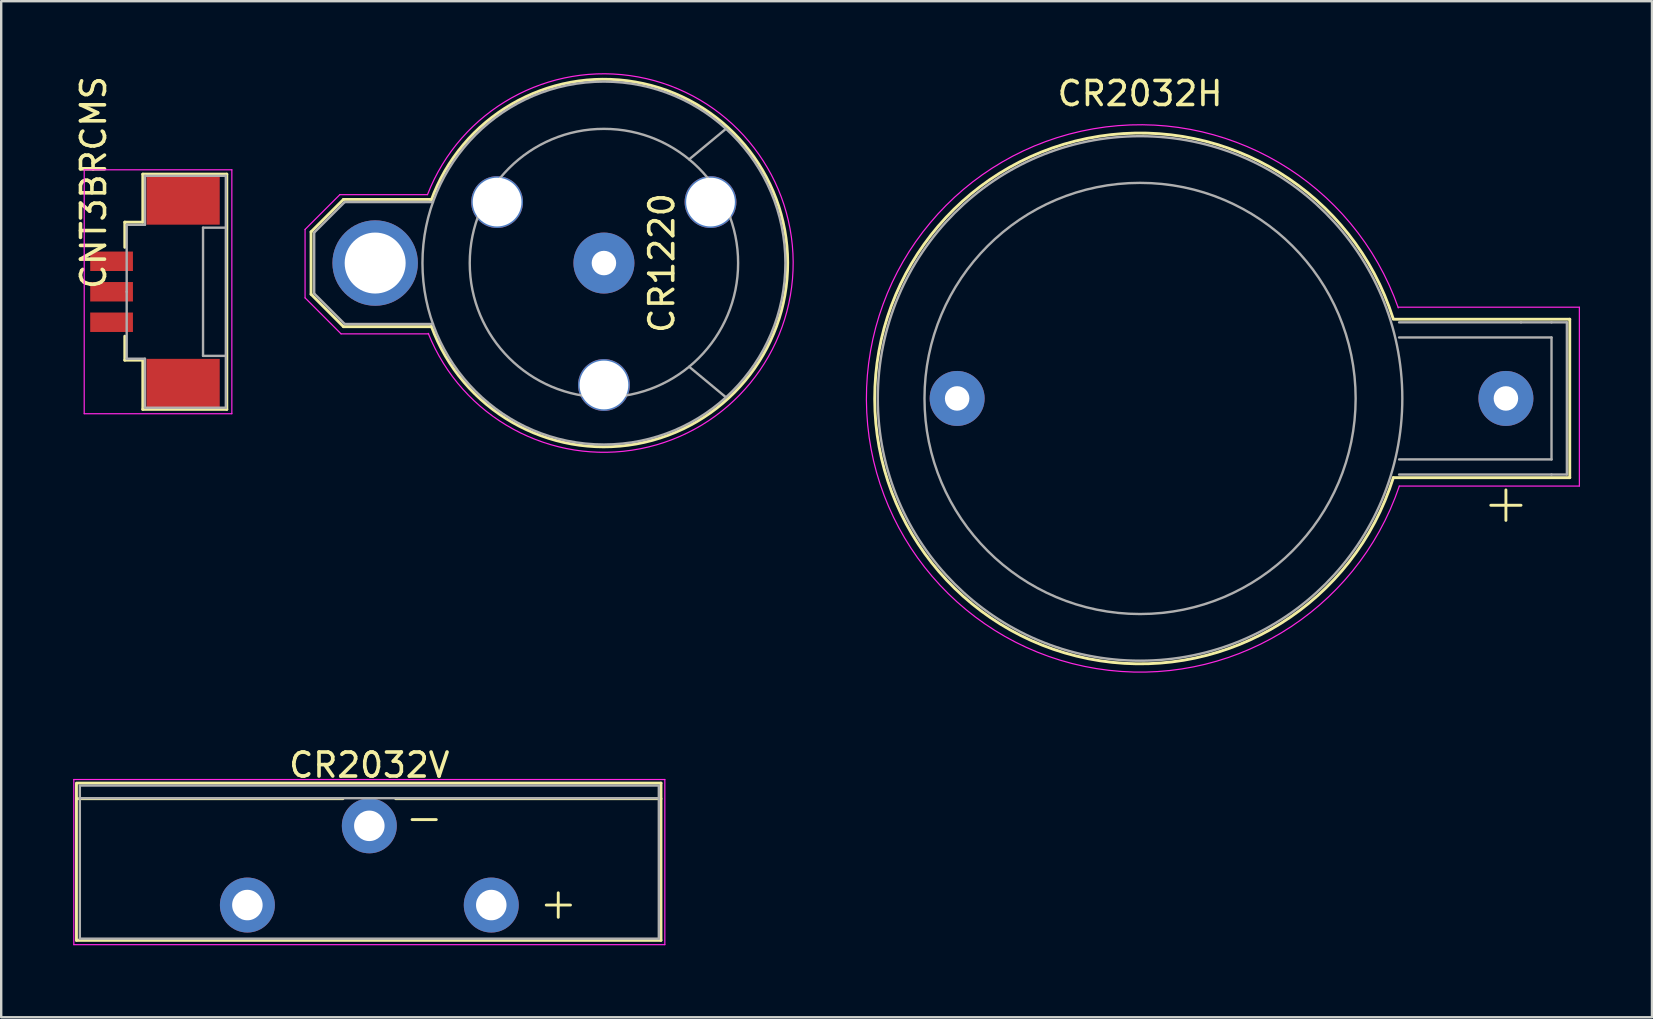
<source format=kicad_pcb>
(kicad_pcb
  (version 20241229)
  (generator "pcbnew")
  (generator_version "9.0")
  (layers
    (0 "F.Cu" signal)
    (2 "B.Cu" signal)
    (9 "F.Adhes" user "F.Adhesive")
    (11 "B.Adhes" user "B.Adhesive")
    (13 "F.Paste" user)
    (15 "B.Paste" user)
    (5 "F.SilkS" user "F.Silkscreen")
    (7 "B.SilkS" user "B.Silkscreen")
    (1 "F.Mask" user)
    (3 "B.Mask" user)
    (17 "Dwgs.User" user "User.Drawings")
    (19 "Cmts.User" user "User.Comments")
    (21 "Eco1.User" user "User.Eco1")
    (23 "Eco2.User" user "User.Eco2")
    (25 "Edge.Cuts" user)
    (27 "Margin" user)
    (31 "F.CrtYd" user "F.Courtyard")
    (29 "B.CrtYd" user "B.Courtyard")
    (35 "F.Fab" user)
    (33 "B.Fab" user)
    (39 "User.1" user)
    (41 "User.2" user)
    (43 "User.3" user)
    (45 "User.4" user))
  (footprint "CR2032V"
    (layer "F.Cu")
    (at 7.255 34.652)
    (property "Reference" "CR2032V" (at 5.08 -5.83 0) (layer "F.SilkS") (effects (font (size 1 1) (thickness 0.15))))
    (attr through_hole)
    (fp_line (start -7.12 -4.43) (end 3.98 -4.43) (stroke (width 0.12) (type solid)) (layer "F.SilkS"))
    (fp_line (start -7.12 1.47) (end -7.12 -5.08) (stroke (width 0.12) (type solid)) (layer "F.SilkS"))
    (fp_line (start -7.07 -5.08) (end 17.23 -5.08) (stroke (width 0.12) (type solid)) (layer "F.SilkS"))
    (fp_line (start 6.18 -4.43) (end 17.23 -4.43) (stroke (width 0.12) (type solid)) (layer "F.SilkS"))
    (fp_line (start 6.86 -3.56) (end 7.87 -3.56) (stroke (width 0.12) (type solid)) (layer "F.SilkS"))
    (fp_line (start 12.45 0) (end 13.46 0) (stroke (width 0.12) (type solid)) (layer "F.SilkS"))
    (fp_line (start 12.95 0.51) (end 12.95 -0.51) (stroke (width 0.12) (type solid)) (layer "F.SilkS"))
    (fp_line (start 17.23 -5.08) (end 17.23 1.47) (stroke (width 0.12) (type solid)) (layer "F.SilkS"))
    (fp_line (start 17.23 1.47) (end -7.12 1.47) (stroke (width 0.12) (type solid)) (layer "F.SilkS"))
    (fp_line (start -7.23 -5.23) (end -7.23 1.65) (stroke (width 0.05) (type solid)) (layer "F.CrtYd"))
    (fp_line (start -7.23 -5.23) (end 17.39 -5.23) (stroke (width 0.05) (type solid)) (layer "F.CrtYd"))
    (fp_line (start 17.39 1.65) (end -7.23 1.65) (stroke (width 0.05) (type solid)) (layer "F.CrtYd"))
    (fp_line (start 17.39 1.65) (end 17.39 -5.23) (stroke (width 0.05) (type solid)) (layer "F.CrtYd"))
    (fp_line (start -6.98 -4.98) (end 17.14 -4.98) (stroke (width 0.1) (type solid)) (layer "F.Fab"))
    (fp_line (start -6.98 -4.95) (end -6.98 1.4) (stroke (width 0.1) (type solid)) (layer "F.Fab"))
    (fp_line (start -6.98 1.4) (end 17.14 1.4) (stroke (width 0.1) (type solid)) (layer "F.Fab"))
    (fp_line (start 17.14 -4.45) (end -6.98 -4.45) (stroke (width 0.1) (type solid)) (layer "F.Fab"))
    (fp_line (start 17.14 1.4) (end 17.14 -4.95) (stroke (width 0.1) (type solid)) (layer "F.Fab"))
    (pad "1" thru_hole circle (at 0 0) (size 2.29 2.29) (drill 1.27) (layers "*.Cu" "*.Mask"))
    (pad "1" thru_hole circle (at 10.16 0) (size 2.29 2.29) (drill 1.27) (layers "*.Cu" "*.Mask"))
    (pad "2" thru_hole circle (at 5.08 -3.3) (size 2.29 2.29) (drill 1.27) (layers "*.Cu" "*.Mask")))
  (footprint "CR2032H"
    (layer "F.Cu")
    (at 59.682 13.548)
    (property "Reference" "CR2032H" (at -15.24 -12.7 0) (layer "F.SilkS") (effects (font (size 1 1) (thickness 0.15))))
    (attr through_hole)
    (fp_line (start -4.69 -3.3) (end 2.66 -3.3) (stroke (width 0.12) (type solid)) (layer "F.SilkS"))
    (fp_line (start -0.63 4.45) (end 0.63 4.45) (stroke (width 0.12) (type solid)) (layer "F.SilkS"))
    (fp_line (start 0 3.81) (end 0 5.08) (stroke (width 0.12) (type solid)) (layer "F.SilkS"))
    (fp_line (start 2.66 -3.3) (end 2.66 3.3) (stroke (width 0.12) (type solid)) (layer "F.SilkS"))
    (fp_line (start 2.66 3.3) (end -4.69 3.3) (stroke (width 0.12) (type solid)) (layer "F.SilkS"))
    (fp_arc (start -4.69 3.3) (mid -26.294043 0.02518) (end -4.705144 -3.34803) (stroke (width 0.12) (type solid)) (layer "F.SilkS"))
    (fp_line (start -4.49 -3.8) (end 3.06 -3.8) (stroke (width 0.05) (type solid)) (layer "F.CrtYd"))
    (fp_line (start 3.06 -3.8) (end 3.06 3.65) (stroke (width 0.05) (type solid)) (layer "F.CrtYd"))
    (fp_line (start 3.06 3.65) (end -4.44 3.65) (stroke (width 0.05) (type solid)) (layer "F.CrtYd"))
    (fp_arc (start -4.44 3.65) (mid -26.639924 0.064993) (end -4.482319 -3.772905) (stroke (width 0.05) (type solid)) (layer "F.CrtYd"))
    (fp_line (start -4.45 -3.17) (end 0.63 -3.17) (stroke (width 0.1) (type solid)) (layer "F.Fab"))
    (fp_line (start -4.45 -2.54) (end 1.9 -2.54) (stroke (width 0.1) (type solid)) (layer "F.Fab"))
    (fp_line (start 0.63 -3.17) (end 1.9 -3.17) (stroke (width 0.1) (type solid)) (layer "F.Fab"))
    (fp_line (start 1.9 -3.17) (end 2.54 -3.17) (stroke (width 0.1) (type solid)) (layer "F.Fab"))
    (fp_line (start 1.9 -2.54) (end 1.9 2.54) (stroke (width 0.1) (type solid)) (layer "F.Fab"))
    (fp_line (start 1.9 2.54) (end -4.45 2.54) (stroke (width 0.1) (type solid)) (layer "F.Fab"))
    (fp_line (start 1.9 3.17) (end -4.45 3.17) (stroke (width 0.1) (type solid)) (layer "F.Fab"))
    (fp_line (start 2.54 -3.17) (end 2.54 3.17) (stroke (width 0.1) (type solid)) (layer "F.Fab"))
    (fp_line (start 2.54 3.17) (end 1.9 3.17) (stroke (width 0.1) (type solid)) (layer "F.Fab"))
    (fp_circle (center -15.24 0) (end -16.51 -8.89) (stroke (width 0.1) (type solid)) (fill no) (layer "F.Fab"))
    (fp_circle (center -15.24 0) (end -8.89 8.89) (stroke (width 0.1) (type solid)) (fill no) (layer "F.Fab"))
    (pad "1" thru_hole circle (at 0 0) (size 2.29 2.29) (drill 1.02) (layers "*.Cu" "*.Mask"))
    (pad "2" thru_hole circle (at -22.86 0) (size 2.29 2.29) (drill 1.02) (layers "*.Cu" "*.Mask")))
  (footprint "CNT3BRCMS"
    (layer "F.Cu")
    (at 3.088 9.104)
    (property "Reference" "CNT3BRCMS" (at -2.24 -4.55 90) (layer "F.SilkS") (effects (font (size 1 1) (thickness 0.15))))
    (attr smd)
    (fp_line (start -0.94 -2.9) (end -0.19 -2.9) (stroke (width 0.12) (type solid)) (layer "F.SilkS"))
    (fp_line (start -0.94 -1.85) (end -0.94 -2.9) (stroke (width 0.12) (type solid)) (layer "F.SilkS"))
    (fp_line (start -0.94 2.85) (end -0.94 1.85) (stroke (width 0.12) (type solid)) (layer "F.SilkS"))
    (fp_line (start -0.19 -4.9) (end 3.31 -4.9) (stroke (width 0.12) (type solid)) (layer "F.SilkS"))
    (fp_line (start -0.19 -2.9) (end -0.19 -4.9) (stroke (width 0.12) (type solid)) (layer "F.SilkS"))
    (fp_line (start -0.19 2.85) (end -0.94 2.85) (stroke (width 0.12) (type solid)) (layer "F.SilkS"))
    (fp_line (start -0.19 4.9) (end -0.19 2.85) (stroke (width 0.12) (type solid)) (layer "F.SilkS"))
    (fp_line (start 3.31 -4.9) (end 3.31 4.9) (stroke (width 0.12) (type solid)) (layer "F.SilkS"))
    (fp_line (start 3.31 4.9) (end -0.19 4.9) (stroke (width 0.12) (type solid)) (layer "F.SilkS"))
    (fp_line (start -2.63 -5.08) (end -2.63 5.08) (stroke (width 0.05) (type solid)) (layer "F.CrtYd"))
    (fp_line (start -2.63 -5.08) (end 3.52 -5.08) (stroke (width 0.05) (type solid)) (layer "F.CrtYd"))
    (fp_line (start 3.52 5.08) (end -2.63 5.08) (stroke (width 0.05) (type solid)) (layer "F.CrtYd"))
    (fp_line (start 3.52 5.08) (end 3.52 -5.08) (stroke (width 0.05) (type solid)) (layer "F.CrtYd"))
    (fp_line (start -0.86 -2.79) (end -0.1 -2.79) (stroke (width 0.1) (type solid)) (layer "F.Fab"))
    (fp_line (start -0.86 0) (end -0.86 -2.79) (stroke (width 0.1) (type solid)) (layer "F.Fab"))
    (fp_line (start -0.86 2.79) (end -0.86 0) (stroke (width 0.1) (type solid)) (layer "F.Fab"))
    (fp_line (start -0.1 -4.83) (end 3.27 -4.83) (stroke (width 0.1) (type solid)) (layer "F.Fab"))
    (fp_line (start -0.1 -2.79) (end -0.1 -4.83) (stroke (width 0.1) (type solid)) (layer "F.Fab"))
    (fp_line (start -0.1 2.79) (end -0.86 2.79) (stroke (width 0.1) (type solid)) (layer "F.Fab"))
    (fp_line (start -0.1 4.83) (end -0.1 2.79) (stroke (width 0.1) (type solid)) (layer "F.Fab"))
    (fp_line (start 2.32 -2.67) (end 2.32 2.67) (stroke (width 0.1) (type solid)) (layer "F.Fab"))
    (fp_line (start 2.32 2.67) (end 3.27 2.67) (stroke (width 0.1) (type solid)) (layer "F.Fab"))
    (fp_line (start 3.27 -4.83) (end 3.27 4.83) (stroke (width 0.1) (type solid)) (layer "F.Fab"))
    (fp_line (start 3.27 -2.67) (end 2.32 -2.67) (stroke (width 0.1) (type solid)) (layer "F.Fab"))
    (fp_line (start 3.27 4.83) (end -0.1 4.83) (stroke (width 0.1) (type solid)) (layer "F.Fab"))
    (pad "" smd rect (at 1.49 -3.81) (size 3.05 2.03) (layers "F.Cu" "F.Mask" "F.Paste"))
    (pad "" smd rect (at 1.49 3.81) (size 3.05 2.03) (layers "F.Cu" "F.Mask" "F.Paste"))
    (pad "1" smd rect (at -1.49 -1.27) (size 1.78 0.81) (layers "F.Cu" "F.Mask" "F.Paste"))
    (pad "2" smd rect (at -1.49 0) (size 1.78 0.81) (layers "F.Cu" "F.Mask" "F.Paste"))
    (pad "3" smd rect (at -1.49 1.27) (size 1.78 0.81) (layers "F.Cu" "F.Mask" "F.Paste")))
  (footprint "CR1220"
    (layer "F.Cu")
    (at 12.578 7.908)
    (property "Reference" "CR1220" (at 11.94 0 90) (layer "F.SilkS") (effects (font (size 1 1) (thickness 0.15))))
    (attr through_hole)
    (fp_line (start -2.67 -1.3) (end -1.32 -2.65) (stroke (width 0.12) (type solid)) (layer "F.SilkS"))
    (fp_line (start -2.67 1.3) (end -2.67 -1.3) (stroke (width 0.12) (type solid)) (layer "F.SilkS"))
    (fp_line (start -1.32 -2.65) (end 2.33 -2.65) (stroke (width 0.12) (type solid)) (layer "F.SilkS"))
    (fp_line (start -1.32 2.65) (end -2.67 1.3) (stroke (width 0.12) (type solid)) (layer "F.SilkS"))
    (fp_line (start 2.33 2.65) (end -1.32 2.65) (stroke (width 0.12) (type solid)) (layer "F.SilkS"))
    (fp_arc (start 2.33 -2.6) (mid 17.185039 -0.019344) (end 2.343232 2.636355) (stroke (width 0.12) (type solid)) (layer "F.SilkS"))
    (fp_line (start -2.92 -1.4) (end -1.47 -2.85) (stroke (width 0.05) (type solid)) (layer "F.CrtYd"))
    (fp_line (start -2.92 1.45) (end -2.92 -1.4) (stroke (width 0.05) (type solid)) (layer "F.CrtYd"))
    (fp_line (start -1.47 -2.85) (end 2.18 -2.85) (stroke (width 0.05) (type solid)) (layer "F.CrtYd"))
    (fp_line (start -1.42 2.95) (end -2.92 1.45) (stroke (width 0.05) (type solid)) (layer "F.CrtYd"))
    (fp_line (start 2.23 2.95) (end -1.42 2.95) (stroke (width 0.05) (type solid)) (layer "F.CrtYd"))
    (fp_arc (start 2.18 -2.85) (mid 17.413098 -0.042094) (end 2.210855 2.92833) (stroke (width 0.05) (type solid)) (layer "F.CrtYd"))
    (fp_line (start -2.54 -1.27) (end -1.27 -2.54) (stroke (width 0.1) (type solid)) (layer "F.Fab"))
    (fp_line (start -2.54 1.27) (end -2.54 -1.27) (stroke (width 0.1) (type solid)) (layer "F.Fab"))
    (fp_line (start -1.27 -2.54) (end 2.41 -2.54) (stroke (width 0.1) (type solid)) (layer "F.Fab"))
    (fp_line (start -1.27 2.54) (end -2.54 1.27) (stroke (width 0.1) (type solid)) (layer "F.Fab"))
    (fp_line (start -1.27 2.54) (end 2.41 2.54) (stroke (width 0.1) (type solid)) (layer "F.Fab"))
    (fp_line (start 13.08 -4.32) (end 14.61 -5.59) (stroke (width 0.1) (type solid)) (layer "F.Fab"))
    (fp_line (start 13.08 4.32) (end 14.61 5.59) (stroke (width 0.1) (type solid)) (layer "F.Fab"))
    (fp_circle (center 9.53 0) (end 2.41 2.54) (stroke (width 0.1) (type solid)) (fill no) (layer "F.Fab"))
    (fp_circle (center 9.53 0) (end 3.94 0) (stroke (width 0.1) (type solid)) (fill no) (layer "F.Fab"))
    (pad "" thru_hole circle (at 5.08 -2.54) (size 2.16 2.16) (drill 2.03) (layers "*.Cu" "*.Mask"))
    (pad "" thru_hole circle (at 9.53 5.08) (size 2.16 2.16) (drill 2.03) (layers "*.Cu" "*.Mask"))
    (pad "" thru_hole circle (at 13.97 -2.54) (size 2.16 2.16) (drill 2.03) (layers "*.Cu" "*.Mask"))
    (pad "1" thru_hole circle (at 0 0) (size 3.56 3.56) (drill 2.54) (layers "*.Cu" "*.Mask"))
    (pad "2" thru_hole circle (at 9.53 0) (size 2.54 2.54) (drill 1.02) (layers "*.Cu" "*.Mask")))
  (gr_rect
    (start -3 -3)
    (end 65.767 39.327)
    (stroke (width 0.1) (type default))
    (fill no)
    (layer "Edge.Cuts")))
</source>
